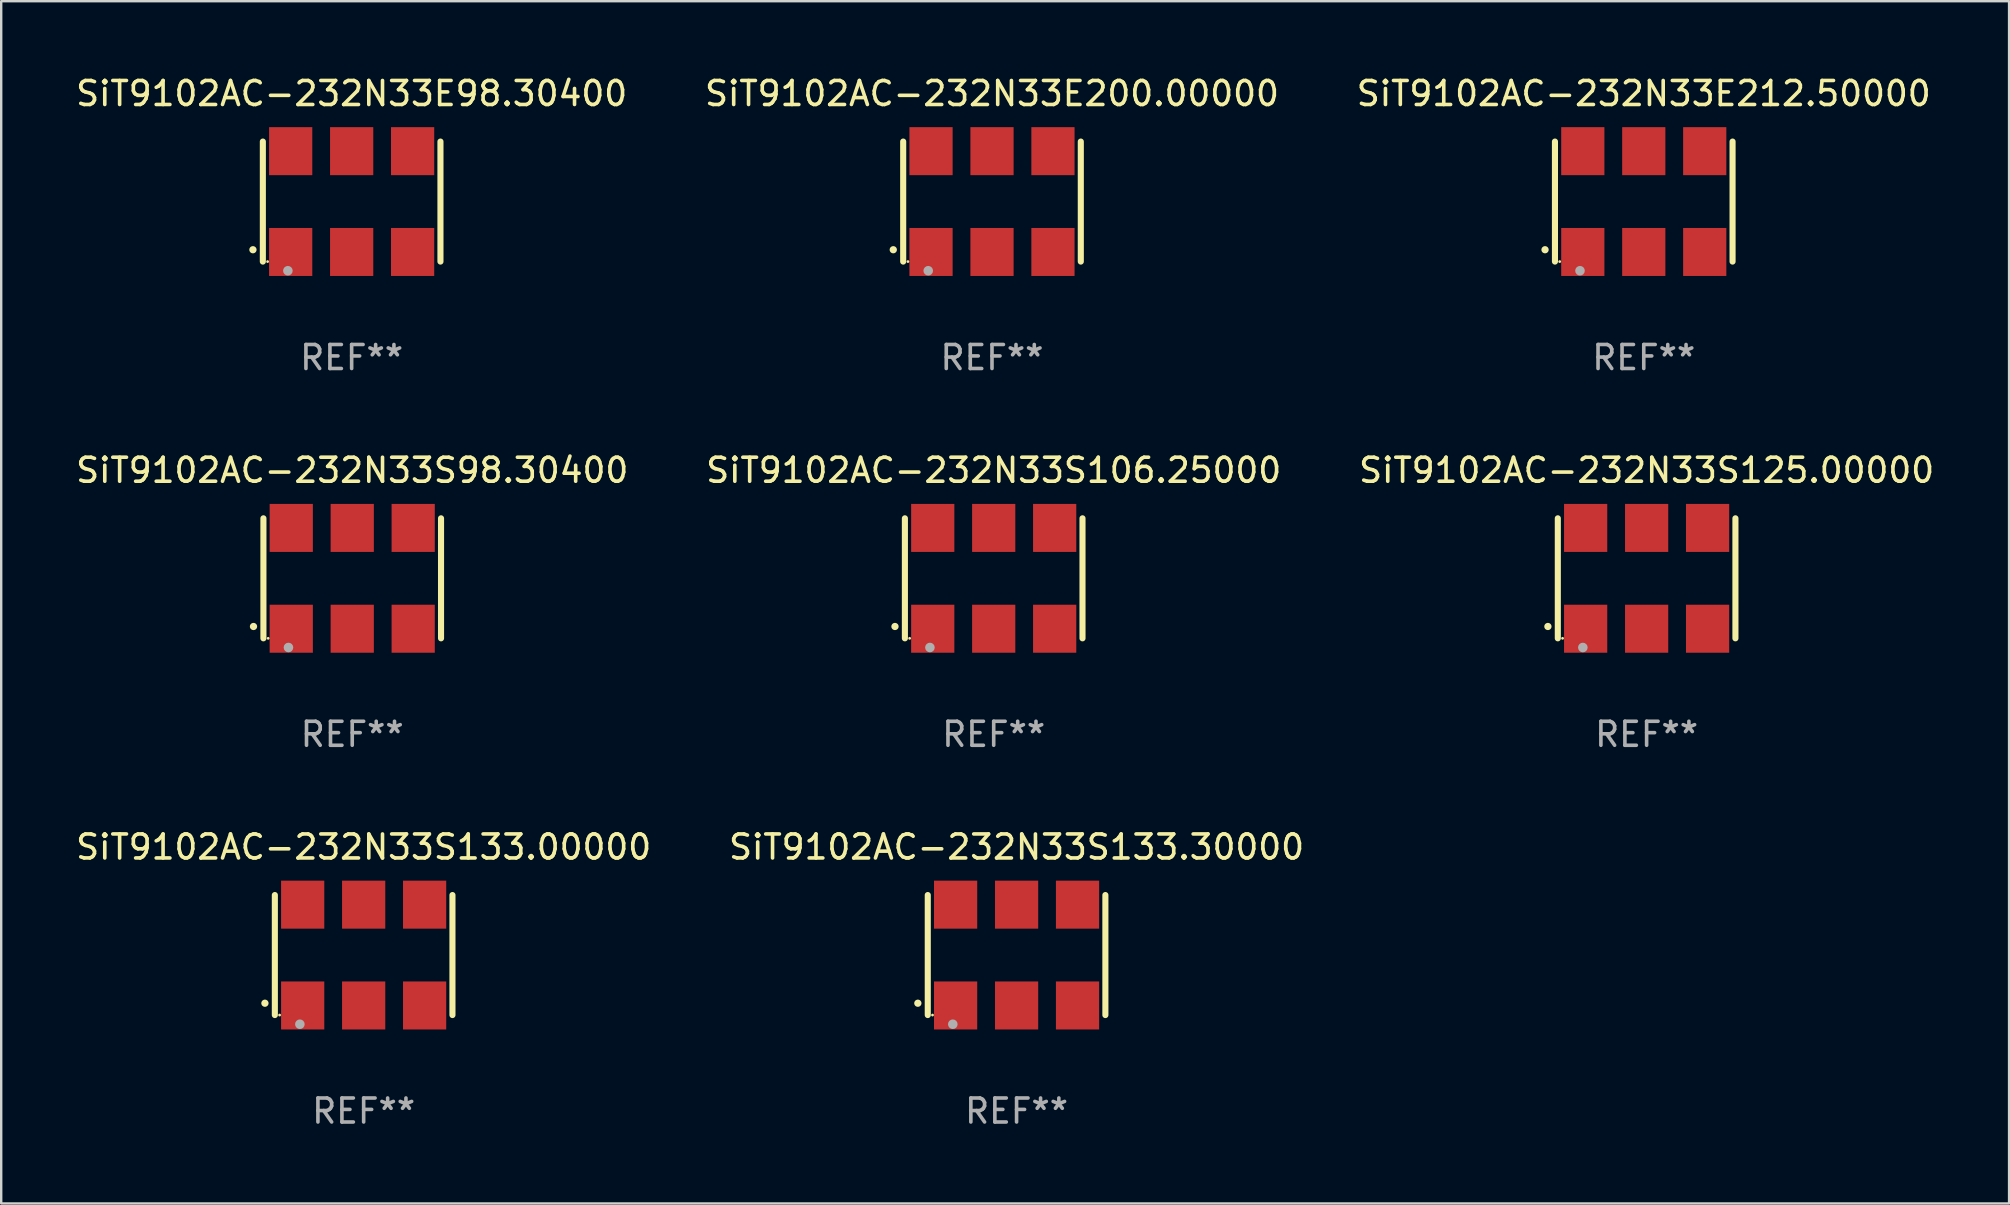
<source format=kicad_pcb>
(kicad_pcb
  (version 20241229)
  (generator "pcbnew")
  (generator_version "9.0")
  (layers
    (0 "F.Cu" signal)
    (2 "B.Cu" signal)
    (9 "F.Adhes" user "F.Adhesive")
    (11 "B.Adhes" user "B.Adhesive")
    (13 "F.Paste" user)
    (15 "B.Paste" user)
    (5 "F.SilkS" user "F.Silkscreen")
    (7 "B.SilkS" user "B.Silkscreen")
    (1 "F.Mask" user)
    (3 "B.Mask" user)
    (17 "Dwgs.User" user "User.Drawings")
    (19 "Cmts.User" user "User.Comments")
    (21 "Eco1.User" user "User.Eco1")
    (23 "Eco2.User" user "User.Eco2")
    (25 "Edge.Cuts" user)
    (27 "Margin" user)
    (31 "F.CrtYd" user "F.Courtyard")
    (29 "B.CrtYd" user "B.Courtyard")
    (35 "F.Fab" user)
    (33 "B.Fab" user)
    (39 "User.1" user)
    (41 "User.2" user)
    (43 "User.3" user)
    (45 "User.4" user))
  (footprint "SiT9102AC-232N33S98.30400"
    (layer "F.Cu")
    (at 11.625 21.045)
    (property "Reference" "SiT9102AC-232N33S98.30400" (at 0 -4.5 0) (layer "F.SilkS") (effects (font (size 1 1) (thickness 0.15))))
    (attr through_hole)
    (fp_line (start -3.7 -2.5) (end -3.7 2.5) (stroke (width 0.254) (type solid)) (layer "F.SilkS"))
    (fp_line (start 3.7 -2.5) (end 3.7 2.5) (stroke (width 0.254) (type solid)) (layer "F.SilkS"))
    (fp_arc (start -4.114415 2.006604) (mid -4.113145 2.006599) (end -4.111875 2.006604) (stroke (width 0.3) (type solid)) (layer "F.SilkS"))
    (fp_circle (center -3.502 2.5) (end -3.472 2.5) (stroke (width 0.06) (type solid)) (fill no) (layer "F.SilkS"))
    (fp_circle (center -2.657 2.882) (end -2.557 2.882) (stroke (width 0.2) (type solid)) (fill no) (layer "F.Fab"))
    (fp_text user "REF**" (at 0 6.5 0) (layer "F.Fab") (effects (font (size 1 1) (thickness 0.15))))
    (pad "1" smd rect (at -2.54 2.1) (size 1.8 2) (layers "F.Cu" "F.Mask" "F.Paste"))
    (pad "2" smd rect (at 0.000394 2.1) (size 1.8 2) (layers "F.Cu" "F.Mask" "F.Paste"))
    (pad "3" smd rect (at 2.54 2.1) (size 1.8 2) (layers "F.Cu" "F.Mask" "F.Paste"))
    (pad "4" smd rect (at 2.54 -2.1) (size 1.8 2) (layers "F.Cu" "F.Mask" "F.Paste"))
    (pad "5" smd rect (at 0.000394 -2.1) (size 1.8 2) (layers "F.Cu" "F.Mask" "F.Paste"))
    (pad "6" smd rect (at -2.54 -2.1) (size 1.8 2) (layers "F.Cu" "F.Mask" "F.Paste")))
  (footprint "SiT9102AC-232N33S106.25000"
    (layer "F.Cu")
    (at 38.351 21.045)
    (property "Reference" "SiT9102AC-232N33S106.25000" (at 0 -4.5 0) (layer "F.SilkS") (effects (font (size 1 1) (thickness 0.15))))
    (attr through_hole)
    (fp_line (start -3.7 -2.5) (end -3.7 2.5) (stroke (width 0.254) (type solid)) (layer "F.SilkS"))
    (fp_line (start 3.7 -2.5) (end 3.7 2.5) (stroke (width 0.254) (type solid)) (layer "F.SilkS"))
    (fp_arc (start -4.114415 2.006604) (mid -4.113145 2.006599) (end -4.111875 2.006604) (stroke (width 0.3) (type solid)) (layer "F.SilkS"))
    (fp_circle (center -3.502 2.5) (end -3.472 2.5) (stroke (width 0.06) (type solid)) (fill no) (layer "F.SilkS"))
    (fp_circle (center -2.657 2.882) (end -2.557 2.882) (stroke (width 0.2) (type solid)) (fill no) (layer "F.Fab"))
    (fp_text user "REF**" (at 0 6.5 0) (layer "F.Fab") (effects (font (size 1 1) (thickness 0.15))))
    (pad "1" smd rect (at -2.54 2.1) (size 1.8 2) (layers "F.Cu" "F.Mask" "F.Paste"))
    (pad "2" smd rect (at 0.000394 2.1) (size 1.8 2) (layers "F.Cu" "F.Mask" "F.Paste"))
    (pad "3" smd rect (at 2.54 2.1) (size 1.8 2) (layers "F.Cu" "F.Mask" "F.Paste"))
    (pad "4" smd rect (at 2.54 -2.1) (size 1.8 2) (layers "F.Cu" "F.Mask" "F.Paste"))
    (pad "5" smd rect (at 0.000394 -2.1) (size 1.8 2) (layers "F.Cu" "F.Mask" "F.Paste"))
    (pad "6" smd rect (at -2.54 -2.1) (size 1.8 2) (layers "F.Cu" "F.Mask" "F.Paste")))
  (footprint "SiT9102AC-232N33S125.00000"
    (layer "F.Cu")
    (at 65.554 21.045)
    (property "Reference" "SiT9102AC-232N33S125.00000" (at 0 -4.5 0) (layer "F.SilkS") (effects (font (size 1 1) (thickness 0.15))))
    (attr through_hole)
    (fp_line (start -3.7 -2.5) (end -3.7 2.5) (stroke (width 0.254) (type solid)) (layer "F.SilkS"))
    (fp_line (start 3.7 -2.5) (end 3.7 2.5) (stroke (width 0.254) (type solid)) (layer "F.SilkS"))
    (fp_arc (start -4.114415 2.006604) (mid -4.113145 2.006599) (end -4.111875 2.006604) (stroke (width 0.3) (type solid)) (layer "F.SilkS"))
    (fp_circle (center -3.502 2.5) (end -3.472 2.5) (stroke (width 0.06) (type solid)) (fill no) (layer "F.SilkS"))
    (fp_circle (center -2.657 2.882) (end -2.557 2.882) (stroke (width 0.2) (type solid)) (fill no) (layer "F.Fab"))
    (fp_text user "REF**" (at 0 6.5 0) (layer "F.Fab") (effects (font (size 1 1) (thickness 0.15))))
    (pad "1" smd rect (at -2.54 2.1) (size 1.8 2) (layers "F.Cu" "F.Mask" "F.Paste"))
    (pad "2" smd rect (at 0.000394 2.1) (size 1.8 2) (layers "F.Cu" "F.Mask" "F.Paste"))
    (pad "3" smd rect (at 2.54 2.1) (size 1.8 2) (layers "F.Cu" "F.Mask" "F.Paste"))
    (pad "4" smd rect (at 2.54 -2.1) (size 1.8 2) (layers "F.Cu" "F.Mask" "F.Paste"))
    (pad "5" smd rect (at 0.000394 -2.1) (size 1.8 2) (layers "F.Cu" "F.Mask" "F.Paste"))
    (pad "6" smd rect (at -2.54 -2.1) (size 1.8 2) (layers "F.Cu" "F.Mask" "F.Paste")))
  (footprint "SiT9102AC-232N33E200.00000"
    (layer "F.Cu")
    (at 38.28 5.348)
    (property "Reference" "SiT9102AC-232N33E200.00000" (at 0 -4.5 0) (layer "F.SilkS") (effects (font (size 1 1) (thickness 0.15))))
    (attr through_hole)
    (fp_line (start -3.7 -2.5) (end -3.7 2.5) (stroke (width 0.254) (type solid)) (layer "F.SilkS"))
    (fp_line (start 3.7 -2.5) (end 3.7 2.5) (stroke (width 0.254) (type solid)) (layer "F.SilkS"))
    (fp_arc (start -4.114415 2.006604) (mid -4.113145 2.006599) (end -4.111875 2.006604) (stroke (width 0.3) (type solid)) (layer "F.SilkS"))
    (fp_circle (center -3.502 2.5) (end -3.472 2.5) (stroke (width 0.06) (type solid)) (fill no) (layer "F.SilkS"))
    (fp_circle (center -2.657 2.882) (end -2.557 2.882) (stroke (width 0.2) (type solid)) (fill no) (layer "F.Fab"))
    (fp_text user "REF**" (at 0 6.5 0) (layer "F.Fab") (effects (font (size 1 1) (thickness 0.15))))
    (pad "1" smd rect (at -2.54 2.1) (size 1.8 2) (layers "F.Cu" "F.Mask" "F.Paste"))
    (pad "2" smd rect (at 0.000394 2.1) (size 1.8 2) (layers "F.Cu" "F.Mask" "F.Paste"))
    (pad "3" smd rect (at 2.54 2.1) (size 1.8 2) (layers "F.Cu" "F.Mask" "F.Paste"))
    (pad "4" smd rect (at 2.54 -2.1) (size 1.8 2) (layers "F.Cu" "F.Mask" "F.Paste"))
    (pad "5" smd rect (at 0.000394 -2.1) (size 1.8 2) (layers "F.Cu" "F.Mask" "F.Paste"))
    (pad "6" smd rect (at -2.54 -2.1) (size 1.8 2) (layers "F.Cu" "F.Mask" "F.Paste")))
  (footprint "SiT9102AC-232N33S133.00000"
    (layer "F.Cu")
    (at 12.101 36.741)
    (property "Reference" "SiT9102AC-232N33S133.00000" (at 0 -4.5 0) (layer "F.SilkS") (effects (font (size 1 1) (thickness 0.15))))
    (attr through_hole)
    (fp_line (start -3.7 -2.5) (end -3.7 2.5) (stroke (width 0.254) (type solid)) (layer "F.SilkS"))
    (fp_line (start 3.7 -2.5) (end 3.7 2.5) (stroke (width 0.254) (type solid)) (layer "F.SilkS"))
    (fp_arc (start -4.114415 2.006604) (mid -4.113145 2.006599) (end -4.111875 2.006604) (stroke (width 0.3) (type solid)) (layer "F.SilkS"))
    (fp_circle (center -3.502 2.5) (end -3.472 2.5) (stroke (width 0.06) (type solid)) (fill no) (layer "F.SilkS"))
    (fp_circle (center -2.657 2.882) (end -2.557 2.882) (stroke (width 0.2) (type solid)) (fill no) (layer "F.Fab"))
    (fp_text user "REF**" (at 0 6.5 0) (layer "F.Fab") (effects (font (size 1 1) (thickness 0.15))))
    (pad "1" smd rect (at -2.54 2.1) (size 1.8 2) (layers "F.Cu" "F.Mask" "F.Paste"))
    (pad "2" smd rect (at 0.000394 2.1) (size 1.8 2) (layers "F.Cu" "F.Mask" "F.Paste"))
    (pad "3" smd rect (at 2.54 2.1) (size 1.8 2) (layers "F.Cu" "F.Mask" "F.Paste"))
    (pad "4" smd rect (at 2.54 -2.1) (size 1.8 2) (layers "F.Cu" "F.Mask" "F.Paste"))
    (pad "5" smd rect (at 0.000394 -2.1) (size 1.8 2) (layers "F.Cu" "F.Mask" "F.Paste"))
    (pad "6" smd rect (at -2.54 -2.1) (size 1.8 2) (layers "F.Cu" "F.Mask" "F.Paste")))
  (footprint "SiT9102AC-232N33E212.50000"
    (layer "F.Cu")
    (at 65.435 5.348)
    (property "Reference" "SiT9102AC-232N33E212.50000" (at 0 -4.5 0) (layer "F.SilkS") (effects (font (size 1 1) (thickness 0.15))))
    (attr through_hole)
    (fp_line (start -3.7 -2.5) (end -3.7 2.5) (stroke (width 0.254) (type solid)) (layer "F.SilkS"))
    (fp_line (start 3.7 -2.5) (end 3.7 2.5) (stroke (width 0.254) (type solid)) (layer "F.SilkS"))
    (fp_arc (start -4.114415 2.006604) (mid -4.113145 2.006599) (end -4.111875 2.006604) (stroke (width 0.3) (type solid)) (layer "F.SilkS"))
    (fp_circle (center -3.502 2.5) (end -3.472 2.5) (stroke (width 0.06) (type solid)) (fill no) (layer "F.SilkS"))
    (fp_circle (center -2.657 2.882) (end -2.557 2.882) (stroke (width 0.2) (type solid)) (fill no) (layer "F.Fab"))
    (fp_text user "REF**" (at 0 6.5 0) (layer "F.Fab") (effects (font (size 1 1) (thickness 0.15))))
    (pad "1" smd rect (at -2.54 2.1) (size 1.8 2) (layers "F.Cu" "F.Mask" "F.Paste"))
    (pad "2" smd rect (at 0.000394 2.1) (size 1.8 2) (layers "F.Cu" "F.Mask" "F.Paste"))
    (pad "3" smd rect (at 2.54 2.1) (size 1.8 2) (layers "F.Cu" "F.Mask" "F.Paste"))
    (pad "4" smd rect (at 2.54 -2.1) (size 1.8 2) (layers "F.Cu" "F.Mask" "F.Paste"))
    (pad "5" smd rect (at 0.000394 -2.1) (size 1.8 2) (layers "F.Cu" "F.Mask" "F.Paste"))
    (pad "6" smd rect (at -2.54 -2.1) (size 1.8 2) (layers "F.Cu" "F.Mask" "F.Paste")))
  (footprint "SiT9102AC-232N33E98.30400"
    (layer "F.Cu")
    (at 11.601 5.348)
    (property "Reference" "SiT9102AC-232N33E98.30400" (at 0 -4.5 0) (layer "F.SilkS") (effects (font (size 1 1) (thickness 0.15))))
    (attr through_hole)
    (fp_line (start -3.7 -2.5) (end -3.7 2.5) (stroke (width 0.254) (type solid)) (layer "F.SilkS"))
    (fp_line (start 3.7 -2.5) (end 3.7 2.5) (stroke (width 0.254) (type solid)) (layer "F.SilkS"))
    (fp_arc (start -4.114415 2.006604) (mid -4.113145 2.006599) (end -4.111875 2.006604) (stroke (width 0.3) (type solid)) (layer "F.SilkS"))
    (fp_circle (center -3.502 2.5) (end -3.472 2.5) (stroke (width 0.06) (type solid)) (fill no) (layer "F.SilkS"))
    (fp_circle (center -2.657 2.882) (end -2.557 2.882) (stroke (width 0.2) (type solid)) (fill no) (layer "F.Fab"))
    (fp_text user "REF**" (at 0 6.5 0) (layer "F.Fab") (effects (font (size 1 1) (thickness 0.15))))
    (pad "1" smd rect (at -2.54 2.1) (size 1.8 2) (layers "F.Cu" "F.Mask" "F.Paste"))
    (pad "2" smd rect (at 0.000394 2.1) (size 1.8 2) (layers "F.Cu" "F.Mask" "F.Paste"))
    (pad "3" smd rect (at 2.54 2.1) (size 1.8 2) (layers "F.Cu" "F.Mask" "F.Paste"))
    (pad "4" smd rect (at 2.54 -2.1) (size 1.8 2) (layers "F.Cu" "F.Mask" "F.Paste"))
    (pad "5" smd rect (at 0.000394 -2.1) (size 1.8 2) (layers "F.Cu" "F.Mask" "F.Paste"))
    (pad "6" smd rect (at -2.54 -2.1) (size 1.8 2) (layers "F.Cu" "F.Mask" "F.Paste")))
  (footprint "SiT9102AC-232N33S133.30000"
    (layer "F.Cu")
    (at 39.304 36.741)
    (property "Reference" "SiT9102AC-232N33S133.30000" (at 0 -4.5 0) (layer "F.SilkS") (effects (font (size 1 1) (thickness 0.15))))
    (attr through_hole)
    (fp_line (start -3.7 -2.5) (end -3.7 2.5) (stroke (width 0.254) (type solid)) (layer "F.SilkS"))
    (fp_line (start 3.7 -2.5) (end 3.7 2.5) (stroke (width 0.254) (type solid)) (layer "F.SilkS"))
    (fp_arc (start -4.114415 2.006604) (mid -4.113145 2.006599) (end -4.111875 2.006604) (stroke (width 0.3) (type solid)) (layer "F.SilkS"))
    (fp_circle (center -3.502 2.5) (end -3.472 2.5) (stroke (width 0.06) (type solid)) (fill no) (layer "F.SilkS"))
    (fp_circle (center -2.657 2.882) (end -2.557 2.882) (stroke (width 0.2) (type solid)) (fill no) (layer "F.Fab"))
    (fp_text user "REF**" (at 0 6.5 0) (layer "F.Fab") (effects (font (size 1 1) (thickness 0.15))))
    (pad "1" smd rect (at -2.54 2.1) (size 1.8 2) (layers "F.Cu" "F.Mask" "F.Paste"))
    (pad "2" smd rect (at 0.000394 2.1) (size 1.8 2) (layers "F.Cu" "F.Mask" "F.Paste"))
    (pad "3" smd rect (at 2.54 2.1) (size 1.8 2) (layers "F.Cu" "F.Mask" "F.Paste"))
    (pad "4" smd rect (at 2.54 -2.1) (size 1.8 2) (layers "F.Cu" "F.Mask" "F.Paste"))
    (pad "5" smd rect (at 0.000394 -2.1) (size 1.8 2) (layers "F.Cu" "F.Mask" "F.Paste"))
    (pad "6" smd rect (at -2.54 -2.1) (size 1.8 2) (layers "F.Cu" "F.Mask" "F.Paste")))
  (gr_rect
    (start -3 -3)
    (end 80.655 47.09)
    (stroke (width 0.1) (type default))
    (fill no)
    (layer "Edge.Cuts")))
</source>
